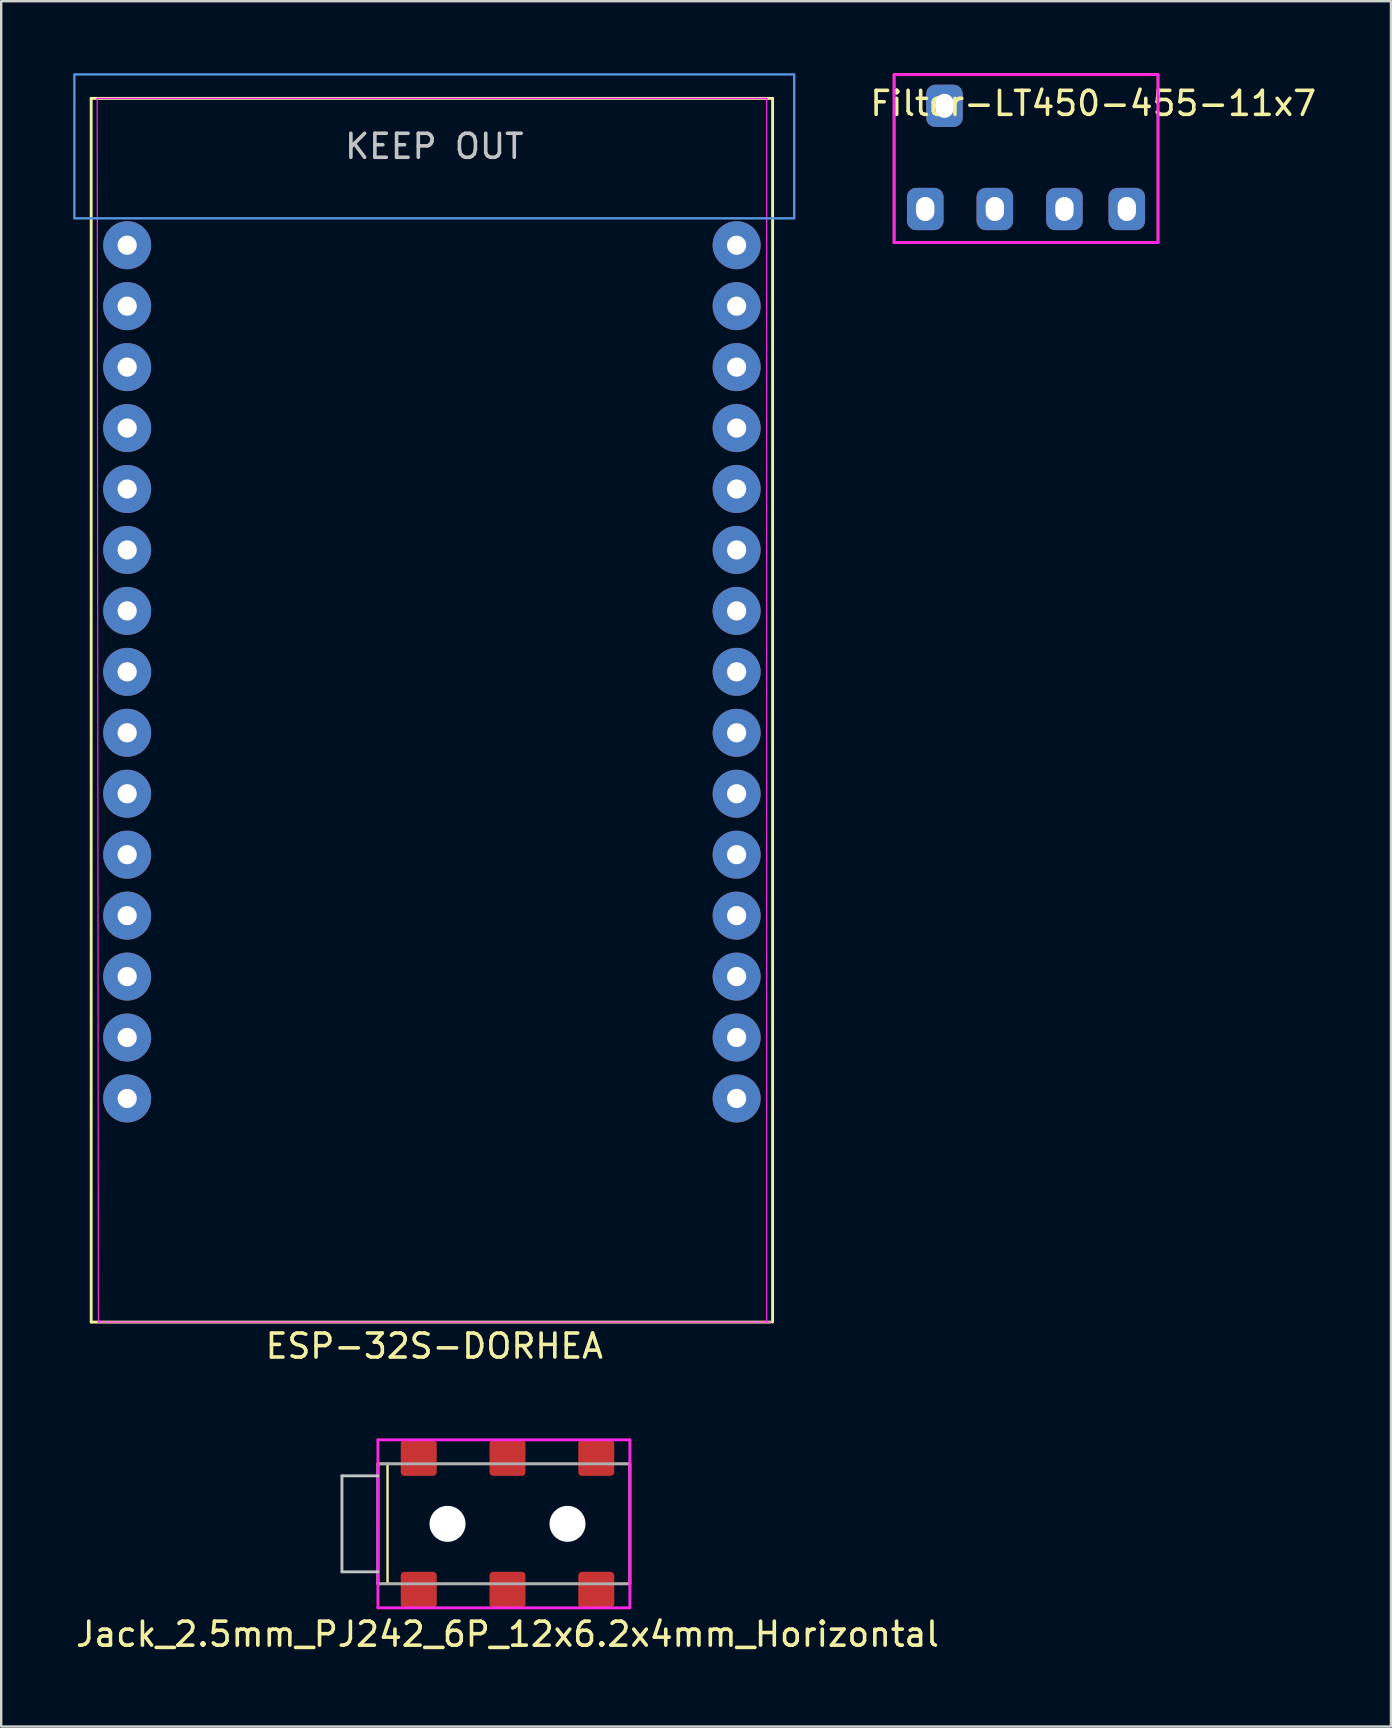
<source format=kicad_pcb>
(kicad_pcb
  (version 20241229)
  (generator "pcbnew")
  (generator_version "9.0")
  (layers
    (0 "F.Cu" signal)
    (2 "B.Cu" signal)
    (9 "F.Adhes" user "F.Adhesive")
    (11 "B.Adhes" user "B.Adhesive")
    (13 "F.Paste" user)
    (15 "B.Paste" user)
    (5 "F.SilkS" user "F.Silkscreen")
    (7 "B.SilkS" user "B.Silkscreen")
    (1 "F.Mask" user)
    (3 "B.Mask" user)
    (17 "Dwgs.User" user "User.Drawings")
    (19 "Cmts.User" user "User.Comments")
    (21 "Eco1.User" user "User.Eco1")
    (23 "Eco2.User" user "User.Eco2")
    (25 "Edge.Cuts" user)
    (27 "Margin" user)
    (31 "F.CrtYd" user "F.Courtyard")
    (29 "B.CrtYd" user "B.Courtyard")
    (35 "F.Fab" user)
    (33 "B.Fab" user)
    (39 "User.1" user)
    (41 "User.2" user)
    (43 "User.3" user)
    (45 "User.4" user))
  (footprint "Jack_2.5mm_PJ242_6P_12x6.2x4mm_Horizontal"
    (layer "F.Cu")
    (at 18.101 60.458)
    (property "Reference" "Jack_2.5mm_PJ242_6P_12x6.2x4mm_Horizontal" (at 0 4.6 0) (layer "F.SilkS") (effects (font (size 1 1) (thickness 0.15))))
    (attr smd)
    (fp_line (start -5.4 -2.5) (end -5.4 2.5) (stroke (width 0.1) (type solid)) (layer "F.SilkS"))
    (fp_line (start -5.4 -2.5) (end -4.5 -2.5) (stroke (width 0.1) (type solid)) (layer "F.SilkS"))
    (fp_line (start -5.4 2.5) (end -4.5 2.5) (stroke (width 0.1) (type solid)) (layer "F.SilkS"))
    (fp_line (start -5 -2.5) (end -5 2.5) (stroke (width 0.1) (type solid)) (layer "F.SilkS"))
    (fp_line (start -2.9 -2.5) (end -0.8 -2.5) (stroke (width 0.1) (type solid)) (layer "F.SilkS"))
    (fp_line (start -2.9 2.5) (end -0.8 2.5) (stroke (width 0.1) (type solid)) (layer "F.SilkS"))
    (fp_line (start 0.8 -2.5) (end 2.9 -2.5) (stroke (width 0.1) (type solid)) (layer "F.SilkS"))
    (fp_line (start 0.8 2.5) (end 2.9 2.5) (stroke (width 0.1) (type solid)) (layer "F.SilkS"))
    (fp_line (start 4.5 -2.5) (end 5.1 -2.5) (stroke (width 0.1) (type solid)) (layer "F.SilkS"))
    (fp_line (start 5.1 -2.5) (end 5.1 2.5) (stroke (width 0.1) (type solid)) (layer "F.SilkS"))
    (fp_line (start 5.1 2.5) (end 4.5 2.5) (stroke (width 0.1) (type solid)) (layer "F.SilkS"))
    (fp_line (start -6.9 -2) (end -6.9 2) (stroke (width 0.12) (type solid)) (layer "Dwgs.User"))
    (fp_line (start -6.9 2) (end -5.4 2) (stroke (width 0.12) (type solid)) (layer "Dwgs.User"))
    (fp_line (start -5.4 -2) (end -6.9 -2) (stroke (width 0.12) (type solid)) (layer "Dwgs.User"))
    (fp_line (start -5.4 -3.5) (end 5.1 -3.5) (stroke (width 0.12) (type solid)) (layer "F.CrtYd"))
    (fp_line (start -5.4 0) (end -5.4 -3.5) (stroke (width 0.12) (type solid)) (layer "F.CrtYd"))
    (fp_line (start -5.4 3.5) (end -5.4 0) (stroke (width 0.12) (type solid)) (layer "F.CrtYd"))
    (fp_line (start 5.1 -3.5) (end 5.1 3.5) (stroke (width 0.12) (type solid)) (layer "F.CrtYd"))
    (fp_line (start 5.1 3.5) (end -5.4 3.5) (stroke (width 0.12) (type solid)) (layer "F.CrtYd"))
    (fp_line (start -5.4 -2.5) (end -5.4 2.5) (stroke (width 0.12) (type solid)) (layer "F.Fab"))
    (fp_line (start -5.4 -2.5) (end 5.1 -2.5) (stroke (width 0.12) (type solid)) (layer "F.Fab"))
    (fp_line (start 5.1 -2.5) (end 5.1 2.5) (stroke (width 0.12) (type solid)) (layer "F.Fab"))
    (fp_line (start 5.1 2.5) (end -5.4 2.5) (stroke (width 0.12) (type solid)) (layer "F.Fab"))
    (pad "" np_thru_hole circle (at -2.5 0) (size 1.5 1.5) (drill 1.5) (layers "*.Cu" "*.Mask"))
    (pad "" np_thru_hole circle (at 2.5 0) (size 1.5 1.5) (drill 1.5) (layers "*.Cu" "*.Mask"))
    (pad "G" smd roundrect (at -3.7 2.75) (size 1.5 1.5) (layers "F.Cu" "F.Mask" "F.Paste") (roundrect_rratio 0.1))
    (pad "R" smd roundrect (at 0 -2.75) (size 1.5 1.5) (layers "F.Cu" "F.Mask" "F.Paste") (roundrect_rratio 0.1))
    (pad "RN" smd roundrect (at 3.7 -2.75) (size 1.5 1.5) (layers "F.Cu" "F.Mask" "F.Paste") (roundrect_rratio 0.1))
    (pad "S" smd roundrect (at -3.7 -2.75) (size 1.5 1.5) (layers "F.Cu" "F.Mask" "F.Paste") (roundrect_rratio 0.1))
    (pad "T" smd roundrect (at 0 2.75) (size 1.5 1.5) (layers "F.Cu" "F.Mask" "F.Paste") (roundrect_rratio 0.1))
    (pad "TN" smd roundrect (at 3.7 2.75) (size 1.5 1.5) (layers "F.Cu" "F.Mask" "F.Paste") (roundrect_rratio 0.1)))
  (footprint "Filter-LT450-455-11x7"
    (layer "F.Cu")
    (at 39.611 3.76)
    (property "Reference" "Filter-LT450-455-11x7" (at 2.9 -2.5 180) (layer "F.SilkS") (effects (font (size 1 1) (thickness 0.15))))
    (attr through_hole)
    (fp_line (start -5.4 -3.7) (end 5.6 -3.7) (stroke (width 0.1) (type solid)) (layer "F.SilkS"))
    (fp_line (start -5.4 3.3) (end -5.4 -3.7) (stroke (width 0.1) (type solid)) (layer "F.SilkS"))
    (fp_line (start 5.6 -3.7) (end 5.6 3.3) (stroke (width 0.1) (type solid)) (layer "F.SilkS"))
    (fp_line (start 5.6 3.3) (end -5.4 3.3) (stroke (width 0.1) (type solid)) (layer "F.SilkS"))
    (fp_line (start -5.4 -3.7) (end 5.6 -3.7) (stroke (width 0.12) (type solid)) (layer "F.CrtYd"))
    (fp_line (start -5.4 3.3) (end -5.4 -3.7) (stroke (width 0.12) (type solid)) (layer "F.CrtYd"))
    (fp_line (start 5.6 -3.7) (end 5.6 3.3) (stroke (width 0.12) (type solid)) (layer "F.CrtYd"))
    (fp_line (start 5.6 3.3) (end -5.4 3.3) (stroke (width 0.12) (type solid)) (layer "F.CrtYd"))
    (pad "1" thru_hole roundrect (at 4.3 1.9 180) (size 1.524 1.762) (drill oval 0.762 1) (layers "*.Cu" "*.Mask") (roundrect_rratio 0.25))
    (pad "2" thru_hole roundrect (at 1.7 1.9 180) (size 1.524 1.762) (drill oval 0.762 1) (layers "*.Cu" "*.Mask") (roundrect_rratio 0.25))
    (pad "3" thru_hole roundrect (at -1.2 1.9 180) (size 1.524 1.762) (drill oval 0.762 1) (layers "*.Cu" "*.Mask") (roundrect_rratio 0.25))
    (pad "4" thru_hole roundrect (at -4.1 1.9 180) (size 1.524 1.762) (drill oval 0.762 1) (layers "*.Cu" "*.Mask") (roundrect_rratio 0.25))
    (pad "5" thru_hole roundrect (at -3.3 -2.4 180) (size 1.524 1.762) (drill oval 0.762 1) (layers "*.Cu" "*.Mask") (roundrect_rratio 0.25)))
  (footprint "ESP-32S-DORHEA"
    (layer "F.Cu")
    (at 15.05 25.05)
    (property "Reference" "ESP-32S-DORHEA" (at 0 28 180) (layer "F.SilkS") (effects (font (size 1 1) (thickness 0.15))))
    (attr through_hole)
    (fp_line (start -14.3 -24) (end 14.1 -24) (stroke (width 0.12) (type solid)) (layer "F.SilkS"))
    (fp_line (start -14.3 27) (end -14.3 -24) (stroke (width 0.12) (type solid)) (layer "F.SilkS"))
    (fp_line (start 14 27) (end -14.3 27) (stroke (width 0.12) (type solid)) (layer "F.SilkS"))
    (fp_line (start 14.1 -24) (end 14.1 27) (stroke (width 0.12) (type solid)) (layer "F.SilkS"))
    (fp_poly (pts (xy 15 -19) (xy -15 -19) (xy -15 -25) (xy 15 -25)) (stroke (width 0.1) (type solid)) (fill no) (layer "Cmts.User"))
    (fp_line (start -14.05 -24) (end -14 27) (stroke (width 0.05) (type solid)) (layer "F.CrtYd"))
    (fp_line (start -14 27) (end 14 27) (stroke (width 0.05) (type solid)) (layer "F.CrtYd"))
    (fp_line (start 13.85 -24) (end -14.05 -24) (stroke (width 0.05) (type solid)) (layer "F.CrtYd"))
    (fp_line (start 13.85 27) (end 13.85 -24) (stroke (width 0.05) (type solid)) (layer "F.CrtYd"))
    (fp_text user "KEEP OUT" (at 0 -22 0) (layer "Dwgs.User") (effects (font (size 1 1) (thickness 0.15))))
    (pad "1" thru_hole circle (at -12.8 17.68 270) (size 2 2) (drill 0.8) (layers "*.Cu" "*.Mask"))
    (pad "2" thru_hole circle (at -12.8 15.14 270) (size 2 2) (drill 0.8) (layers "*.Cu" "*.Mask"))
    (pad "3" thru_hole circle (at -12.8 12.6 270) (size 2 2) (drill 0.8) (layers "*.Cu" "*.Mask"))
    (pad "4" thru_hole circle (at -12.8 10.06 270) (size 2 2) (drill 0.8) (layers "*.Cu" "*.Mask"))
    (pad "5" thru_hole circle (at -12.8 7.52 270) (size 2 2) (drill 0.8) (layers "*.Cu" "*.Mask"))
    (pad "6" thru_hole circle (at -12.8 4.98 270) (size 2 2) (drill 0.8) (layers "*.Cu" "*.Mask"))
    (pad "7" thru_hole circle (at -12.8 2.44 270) (size 2 2) (drill 0.8) (layers "*.Cu" "*.Mask"))
    (pad "8" thru_hole circle (at -12.8 -0.1 270) (size 2 2) (drill 0.8) (layers "*.Cu" "*.Mask"))
    (pad "9" thru_hole circle (at -12.8 -2.64 270) (size 2 2) (drill 0.8) (layers "*.Cu" "*.Mask"))
    (pad "10" thru_hole circle (at -12.8 -5.18 270) (size 2 2) (drill 0.8) (layers "*.Cu" "*.Mask"))
    (pad "11" thru_hole circle (at -12.8 -7.72 270) (size 2 2) (drill 0.8) (layers "*.Cu" "*.Mask"))
    (pad "12" thru_hole circle (at -12.8 -10.26 270) (size 2 2) (drill 0.8) (layers "*.Cu" "*.Mask"))
    (pad "13" thru_hole circle (at -12.8 -12.8 270) (size 2 2) (drill 0.8) (layers "*.Cu" "*.Mask"))
    (pad "14" thru_hole circle (at -12.8 -15.34 270) (size 2 2) (drill 0.8) (layers "*.Cu" "*.Mask"))
    (pad "15" thru_hole circle (at -12.8 -17.88 270) (size 2 2) (drill 0.8) (layers "*.Cu" "*.Mask"))
    (pad "16" thru_hole circle (at 12.6 -17.88 270) (size 2 2) (drill 0.8) (layers "*.Cu" "*.Mask"))
    (pad "17" thru_hole circle (at 12.6 -15.34 270) (size 2 2) (drill 0.8) (layers "*.Cu" "*.Mask"))
    (pad "18" thru_hole circle (at 12.6 -12.8 270) (size 2 2) (drill 0.8) (layers "*.Cu" "*.Mask"))
    (pad "19" thru_hole circle (at 12.6 -10.26 270) (size 2 2) (drill 0.8) (layers "*.Cu" "*.Mask"))
    (pad "20" thru_hole circle (at 12.6 -7.72 270) (size 2 2) (drill 0.8) (layers "*.Cu" "*.Mask"))
    (pad "21" thru_hole circle (at 12.6 -5.18 270) (size 2 2) (drill 0.8) (layers "*.Cu" "*.Mask"))
    (pad "22" thru_hole circle (at 12.6 -2.64 270) (size 2 2) (drill 0.8) (layers "*.Cu" "*.Mask"))
    (pad "23" thru_hole circle (at 12.6 -0.1 270) (size 2 2) (drill 0.8) (layers "*.Cu" "*.Mask"))
    (pad "24" thru_hole circle (at 12.6 2.44 270) (size 2 2) (drill 0.8) (layers "*.Cu" "*.Mask"))
    (pad "25" thru_hole circle (at 12.6 4.98 270) (size 2 2) (drill 0.8) (layers "*.Cu" "*.Mask"))
    (pad "26" thru_hole circle (at 12.6 7.52 270) (size 2 2) (drill 0.8) (layers "*.Cu" "*.Mask"))
    (pad "27" thru_hole circle (at 12.6 10.06 270) (size 2 2) (drill 0.8) (layers "*.Cu" "*.Mask"))
    (pad "28" thru_hole circle (at 12.6 12.6 270) (size 2 2) (drill 0.8) (layers "*.Cu" "*.Mask"))
    (pad "29" thru_hole circle (at 12.6 15.14 270) (size 2 2) (drill 0.8) (layers "*.Cu" "*.Mask"))
    (pad "30" thru_hole circle (at 12.6 17.68 270) (size 2 2) (drill 0.8) (layers "*.Cu" "*.Mask")))
  (gr_rect
    (start -3 -3)
    (end 54.921 68.906)
    (stroke (width 0.1) (type default))
    (fill no)
    (layer "Edge.Cuts")))
</source>
